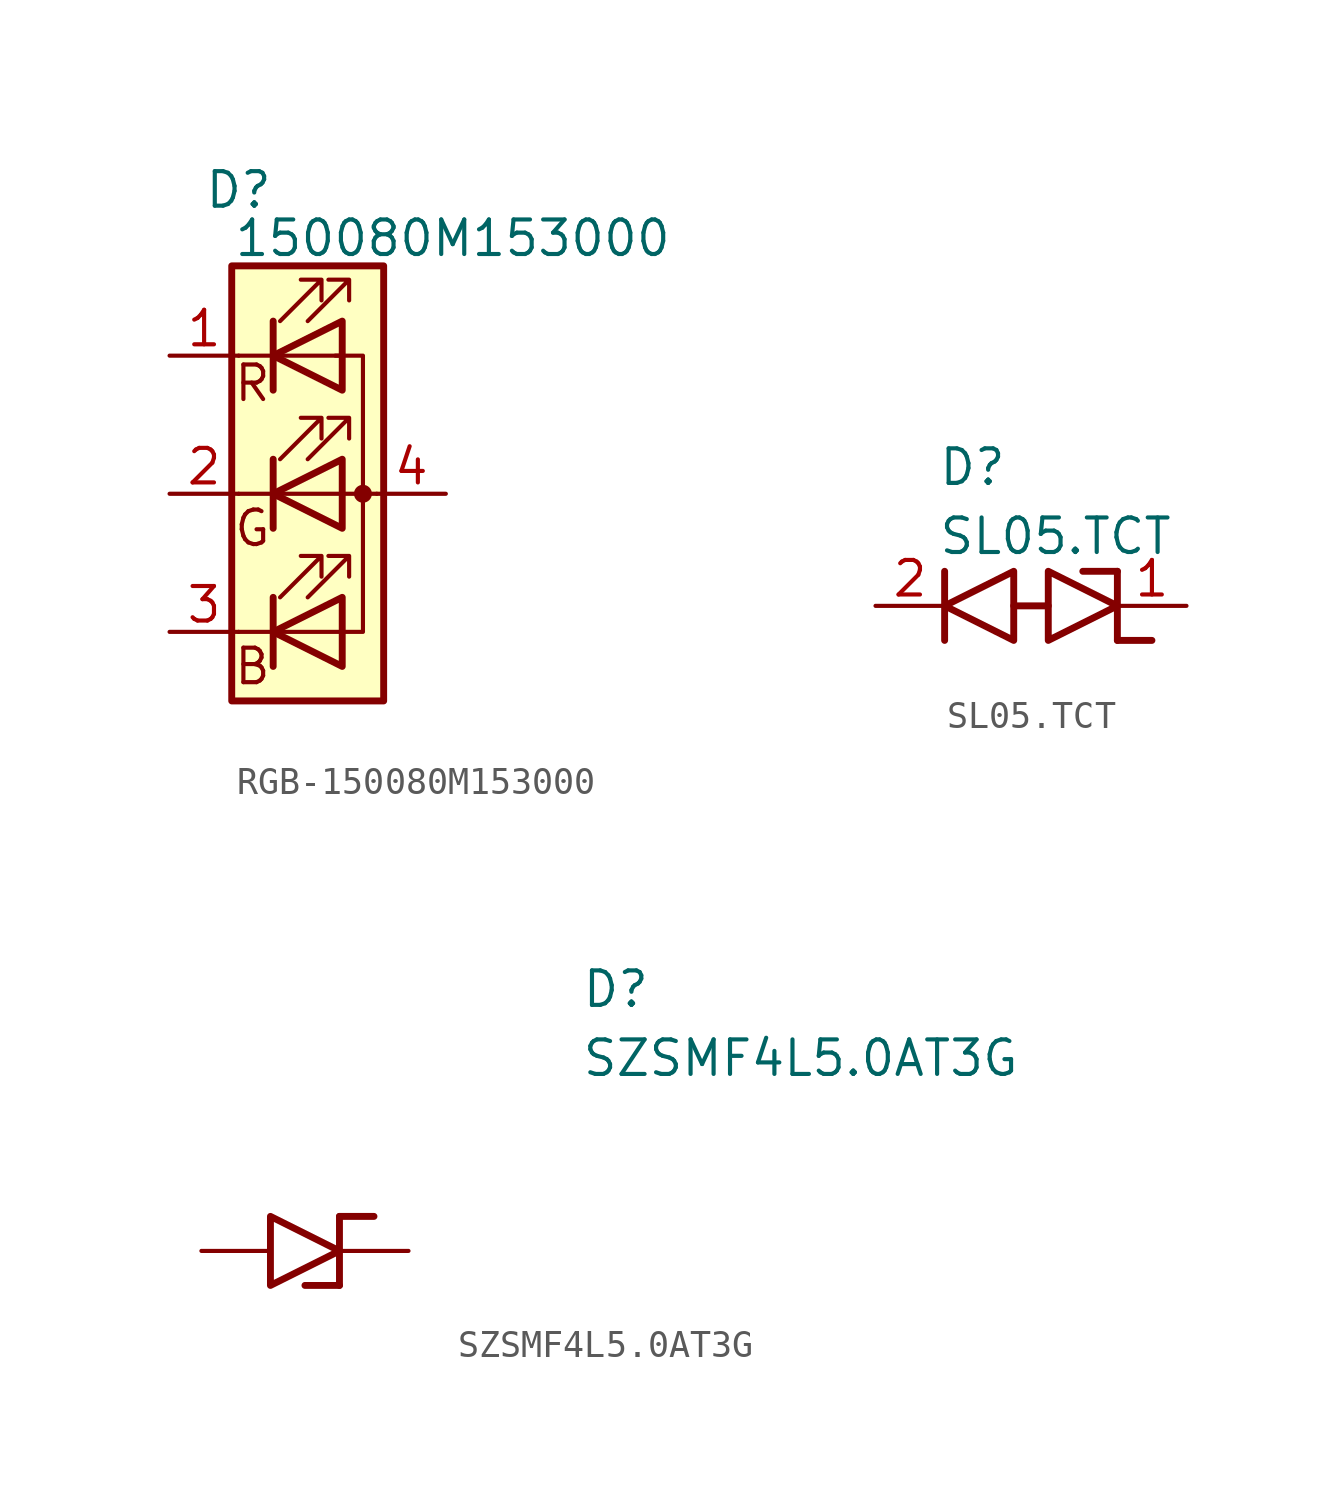
<source format=kicad_sym>
(kicad_symbol_lib
  (version 20231120)
  (generator "kicad_symbol_editor")
  (generator_version "8.0")
  (symbol "RGB-150080M153000"
    (pin_names hide)
    (property "Reference" "D"
      (at -2.54 11.176 0)
      (effects (font (size 1.27 1.27))))
    (property "Value" "150080M153000 "
      (at 5.334 9.398 0)
      (effects (font (size 1.27 1.27))))
    (symbol "RGB-150080M153000_0_0"
      (text "B" (at -2.032 -6.35 0) (effects (font (size 1.27 1.27))))
      (text "G" (at -2.032 -1.27 0) (effects (font (size 1.27 1.27))))
      (text "R" (at -2.032 4.064 0) (effects (font (size 1.27 1.27)))))
    (symbol "RGB-150080M153000_0_1"
      (rectangle (start -2.794 8.382) (end 2.794 -7.62) (stroke (width 0.254) (type default)) (fill (type background)))
      (polyline (pts (xy -2.54 -5.08) (xy -1.27 -5.08)) (stroke (width 0) (type default)) (fill (type none)))
      (polyline (pts (xy -2.54 5.08) (xy -1.27 5.08)) (stroke (width 0) (type default)) (fill (type none)))
      (polyline (pts (xy -1.27 -5.08) (xy 1.27 -5.08)) (stroke (width 0) (type default)) (fill (type none)))
      (polyline (pts (xy -1.27 -3.81) (xy -1.27 -6.35)) (stroke (width 0.254) (type default)) (fill (type none)))
      (polyline (pts (xy -1.27 0) (xy -2.54 0)) (stroke (width 0) (type default)) (fill (type none)))
      (polyline (pts (xy -1.27 1.27) (xy -1.27 -1.27)) (stroke (width 0.254) (type default)) (fill (type none)))
      (polyline (pts (xy -1.27 5.08) (xy 1.27 5.08)) (stroke (width 0) (type default)) (fill (type none)))
      (polyline (pts (xy -1.27 6.35) (xy -1.27 3.81)) (stroke (width 0.254) (type default)) (fill (type none)))
      (polyline (pts (xy 1.27 0) (xy -1.27 0)) (stroke (width 0) (type default)) (fill (type none)))
      (polyline (pts (xy 1.27 0) (xy 2.54 0)) (stroke (width 0) (type default)) (fill (type none)))
      (polyline (pts (xy -1.27 1.27) (xy -1.27 -1.27) (xy -1.27 -1.27)) (stroke (width 0) (type default)) (fill (type none)))
      (polyline (pts (xy -1.27 6.35) (xy -1.27 3.81) (xy -1.27 3.81)) (stroke (width 0) (type default)) (fill (type none)))
      (polyline (pts (xy 1.27 -5.08) (xy 2.032 -5.08) (xy 2.032 5.08) (xy 1.016 5.08)) (stroke (width 0) (type default)) (fill (type none)))
      (polyline (pts (xy 1.27 -3.81) (xy 1.27 -6.35) (xy -1.27 -5.08) (xy 1.27 -3.81)) (stroke (width 0.254) (type default)) (fill (type none)))
      (polyline (pts (xy 1.27 1.27) (xy 1.27 -1.27) (xy -1.27 0) (xy 1.27 1.27)) (stroke (width 0.254) (type default)) (fill (type none)))
      (polyline (pts (xy 1.27 6.35) (xy 1.27 3.81) (xy -1.27 5.08) (xy 1.27 6.35)) (stroke (width 0.254) (type default)) (fill (type none)))
      (polyline (pts (xy -1.016 -3.81) (xy 0.508 -2.286) (xy -0.254 -2.286) (xy 0.508 -2.286) (xy 0.508 -3.048)) (stroke (width 0) (type default)) (fill (type none)))
      (polyline (pts (xy -1.016 1.27) (xy 0.508 2.794) (xy -0.254 2.794) (xy 0.508 2.794) (xy 0.508 2.032)) (stroke (width 0) (type default)) (fill (type none)))
      (polyline (pts (xy -1.016 6.35) (xy 0.508 7.874) (xy -0.254 7.874) (xy 0.508 7.874) (xy 0.508 7.112)) (stroke (width 0) (type default)) (fill (type none)))
      (polyline (pts (xy 0 -3.81) (xy 1.524 -2.286) (xy 0.762 -2.286) (xy 1.524 -2.286) (xy 1.524 -3.048)) (stroke (width 0) (type default)) (fill (type none)))
      (polyline (pts (xy 0 1.27) (xy 1.524 2.794) (xy 0.762 2.794) (xy 1.524 2.794) (xy 1.524 2.032)) (stroke (width 0) (type default)) (fill (type none)))
      (polyline (pts (xy 0 6.35) (xy 1.524 7.874) (xy 0.762 7.874) (xy 1.524 7.874) (xy 1.524 7.112)) (stroke (width 0) (type default)) (fill (type none)))
      (rectangle (start 1.27 -1.27) (end 1.27 1.27) (stroke (width 0) (type default)) (fill (type none)))
      (rectangle (start 1.27 1.27) (end 1.27 1.27) (stroke (width 0) (type default)) (fill (type none)))
      (rectangle (start 1.27 3.81) (end 1.27 6.35) (stroke (width 0) (type default)) (fill (type none)))
      (rectangle (start 1.27 6.35) (end 1.27 6.35) (stroke (width 0) (type default)) (fill (type none)))
      (circle (center 2.032 0) (radius 0.254) (stroke (width 0) (type default)) (fill (type outline))))
    (symbol "RGB-150080M153000_1_1"
      (pin passive line (at -5.08 5.08 0) (length 2.54) (name "RK" (effects (font (size 1.27 1.27)))) (number "1" (effects (font (size 1.27 1.27)))))
      (pin passive line (at -5.08 0 0) (length 2.54) (name "GK" (effects (font (size 1.27 1.27)))) (number "2" (effects (font (size 1.27 1.27)))))
      (pin passive line (at -5.08 -5.08 0) (length 2.54) (name "BK" (effects (font (size 1.27 1.27)))) (number "3" (effects (font (size 1.27 1.27)))))
      (pin passive line (at 5.08 0 180) (length 2.54) (name "A" (effects (font (size 1.27 1.27)))) (number "4" (effects (font (size 1.27 1.27)))))))
  (symbol "SL05.TCT"
    (property "Reference" "D"
      (at -4.064 5.842 0)
      (effects (font (size 1.27 1.27)) (justify left top)))
    (property "Value" "SL05.TCT"
      (at -4.064 3.302 0)
      (effects (font (size 1.27 1.27)) (justify left top)))
    (symbol "SL05.TCT_0_1"
      (polyline (pts (xy -3.81 1.27) (xy -3.81 1.27) (xy -3.81 -1.27)) (stroke (width 0.254) (type default)) (fill (type none)))
      (polyline (pts (xy 1.27 1.27) (xy 2.54 1.27) (xy 1.27 1.27)) (stroke (width 0.254) (type default)) (fill (type none)))
      (polyline (pts (xy 2.54 -1.27) (xy 2.54 -1.27) (xy 2.54 1.27)) (stroke (width 0.254) (type default)) (fill (type none)))
      (polyline (pts (xy 2.54 -1.27) (xy 3.81 -1.27) (xy 2.54 -1.27)) (stroke (width 0.254) (type default)) (fill (type none)))
      (polyline (pts (xy -1.27 1.27) (xy -1.27 -1.27) (xy -3.81 0) (xy -1.27 1.27)) (stroke (width 0.254) (type default)) (fill (type none)))
      (polyline (pts (xy 0 -1.27) (xy 0 1.27) (xy 2.54 0) (xy 0 -1.27)) (stroke (width 0.254) (type default)) (fill (type none))))
    (symbol "SL05.TCT_1_1"
      (polyline (pts (xy -1.27 0) (xy 0 0)) (stroke (width 0.254) (type default)) (fill (type none)))
      (pin passive line (at 5.08 0 180) (length 2.54) (name "" (effects (font (size 1.27 1.27)))) (number "1" (effects (font (size 1.27 1.27)))))
      (pin passive line (at -6.35 0 0) (length 2.54) (name "" (effects (font (size 1.27 1.27)))) (number "2" (effects (font (size 1.27 1.27)))))
      (pin no_connect line (at -1.27 16.51 180) (length 5.08) hide (name "N.C." (effects (font (size 1.27 1.27)))) (number "3" (effects (font (size 1.27 1.27)))))))
  (symbol "SZSMF4L5.0AT3G"
    (pin_numbers hide)
    (pin_names
      (offset 0.762) hide)
    (property "Reference" "D"
      (at 10.16 8.89 0)
      (effects (font (size 1.27 1.27)) (justify left bottom)))
    (property "Value" "SZSMF4L5.0AT3G"
      (at 10.16 6.35 0)
      (effects (font (size 1.27 1.27)) (justify left bottom)))
    (symbol "SZSMF4L5.0AT3G_0_1"
      (polyline (pts (xy 0 -1.27) (xy 1.27 -1.27) (xy 0 -1.27)) (stroke (width 0.254) (type default)) (fill (type none)))
      (polyline (pts (xy 1.27 -1.27) (xy 1.27 -1.27) (xy 1.27 1.27)) (stroke (width 0.254) (type default)) (fill (type none)))
      (polyline (pts (xy 1.27 1.27) (xy 2.54 1.27) (xy 1.27 1.27)) (stroke (width 0.254) (type default)) (fill (type none)))
      (polyline (pts (xy -1.27 -1.27) (xy -1.27 1.27) (xy 1.27 0) (xy -1.27 -1.27)) (stroke (width 0.254) (type default)) (fill (type none))))
    (symbol "SZSMF4L5.0AT3G_1_1"
      (pin passive line (at 3.81 0 180) (length 2.54) (name "A1" (effects (font (size 1.27 1.27)))) (number "1" (effects (font (size 1.27 1.27)))))
      (pin passive line (at -3.81 0 0) (length 2.54) (name "A2" (effects (font (size 1.27 1.27)))) (number "2" (effects (font (size 1.27 1.27))))))))
</source>
